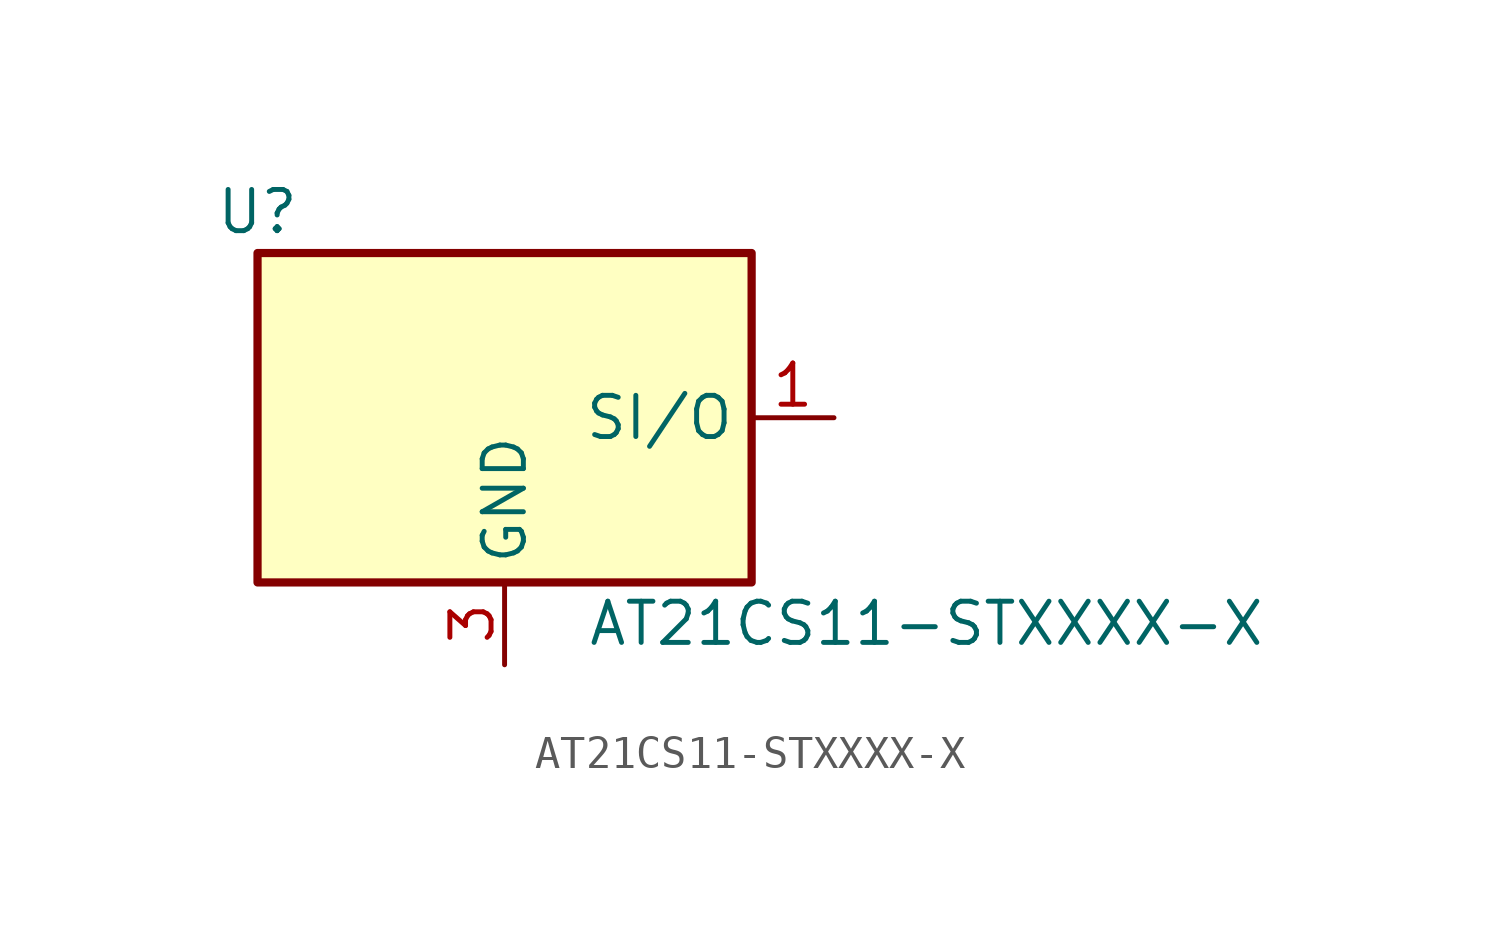
<source format=kicad_sym>
(kicad_symbol_lib
  (version 20211014)
  (generator kicad_symbol_editor)
  (symbol "AT21CS11-STXXXX-X"
    (property "Reference" "U"
      (at -7.62 6.35 0)
      (effects (font (size 1.27 1.27))))
    (property "Value" "AT21CS11-STXXXX-X"
      (at 2.54 -6.35 0)
      (effects (font (size 1.27 1.27)) (justify left)))
    (symbol "AT21CS11-STXXXX-X_1_1"
      (rectangle (start -7.62 5.08) (end 7.62 -5.08) (stroke (width 0.254) (type default) (color 0 0 0 0)) (fill (type background)))
      (pin bidirectional line (at 10.16 0 180) (length 2.54) (name "SI/O" (effects (font (size 1.27 1.27)))) (number "1" (effects (font (size 1.27 1.27)))))
      (pin no_connect line (at 10.16 -2.54 180) (length 2.54) hide (name "~" (effects (font (size 1.27 1.27)))) (number "2" (effects (font (size 1.27 1.27)))))
      (pin power_in line (at 0 -7.62 90) (length 2.54) (name "GND" (effects (font (size 1.27 1.27)))) (number "3" (effects (font (size 1.27 1.27))))))))
</source>
